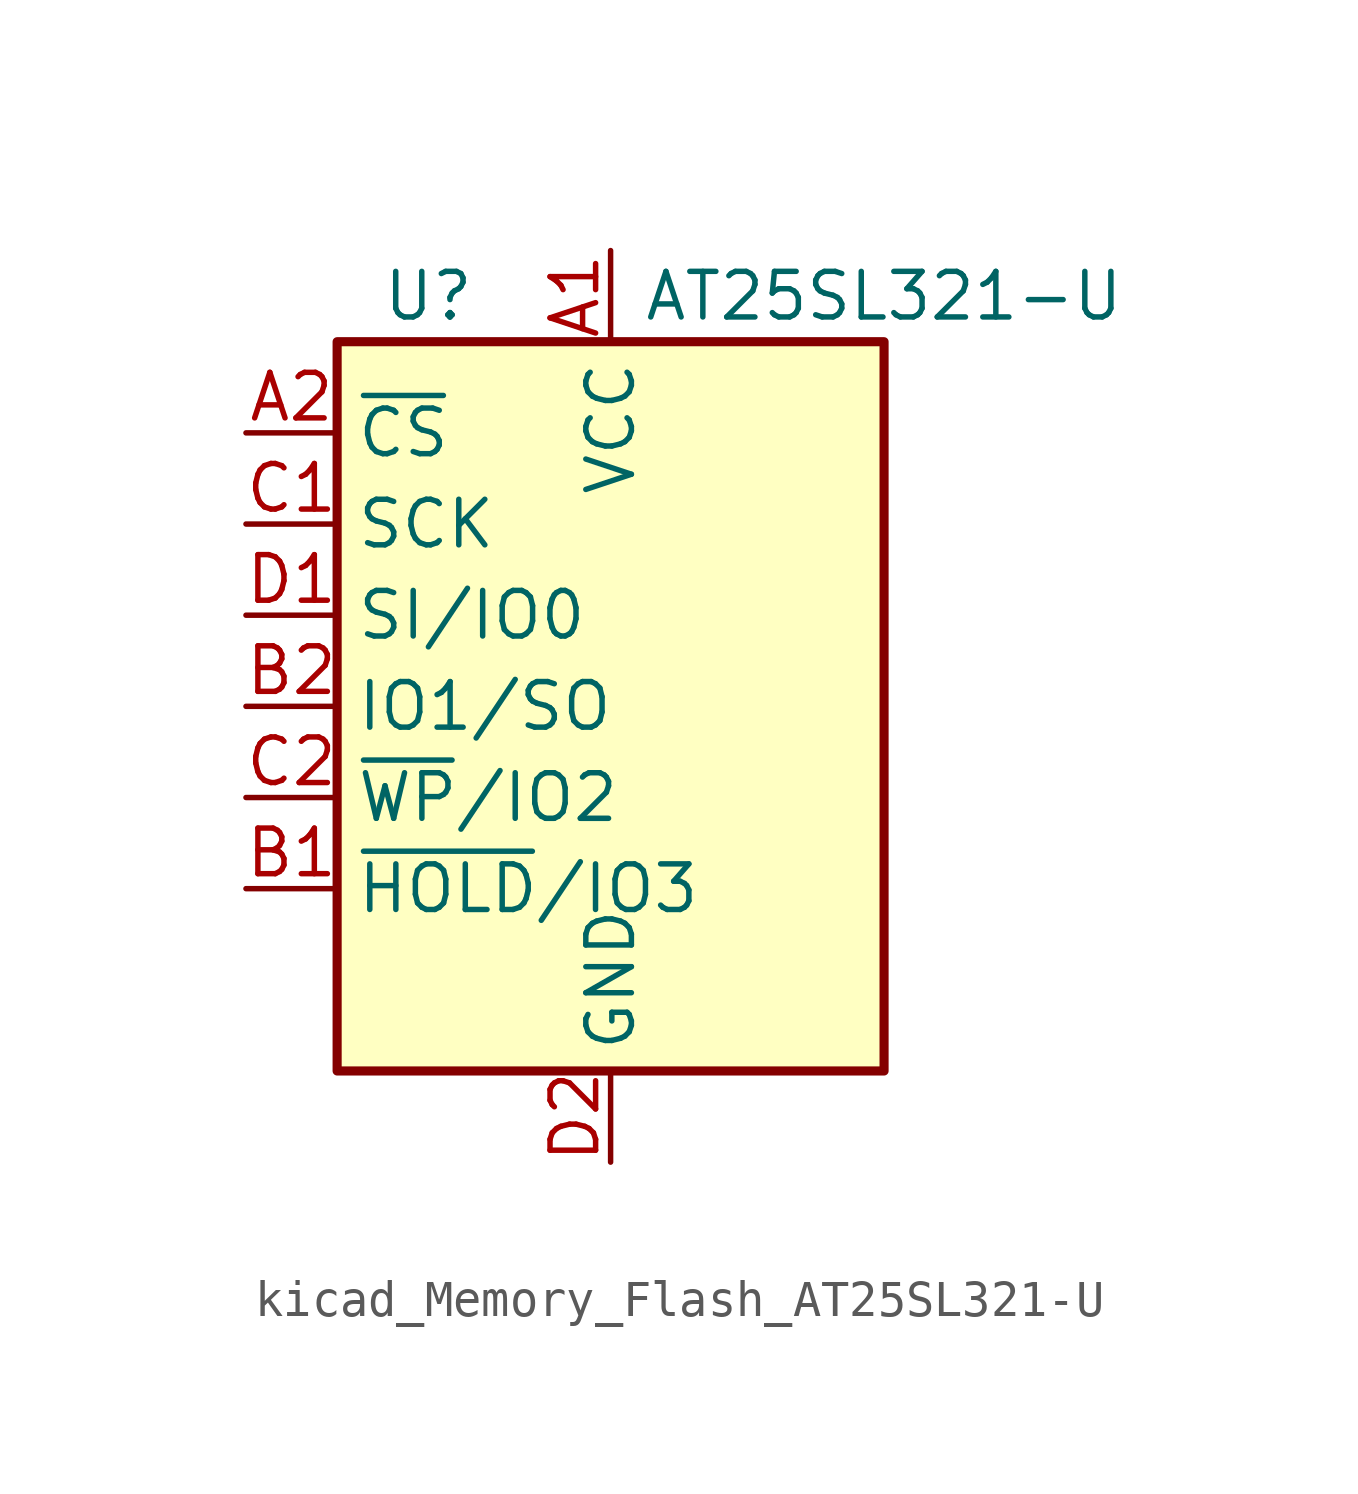
<source format=kicad_sym>
(kicad_symbol_lib
  (version 20220914)
  (generator kicad_symbol_editor)
  (symbol "kicad_Memory_Flash_AT25SL321-U"
    (property "Reference" "U"
      (at -5.08 11.43 0)
      (effects (font (size 1.27 1.27))))
    (property "Value" "AT25SL321-U"
      (at 7.62 11.43 0)
      (effects (font (size 1.27 1.27))))
    (symbol "kicad_Memory_Flash_AT25SL321-U_0_1"
      (rectangle (start -7.62 10.16) (end 7.62 -10.16) (stroke (width 0.254) (type default)) (fill (type background))))
    (symbol "kicad_Memory_Flash_AT25SL321-U_1_1"
      (pin power_in line (at 0 12.7 270) (length 2.54) (name "VCC" (effects (font (size 1.27 1.27)))) (number "A1" (effects (font (size 1.27 1.27)))))
      (pin input line (at -10.16 7.62 0) (length 2.54) (name "~{CS}" (effects (font (size 1.27 1.27)))) (number "A2" (effects (font (size 1.27 1.27)))))
      (pin bidirectional line (at -10.16 -5.08 0) (length 2.54) (name "~{HOLD}/IO3" (effects (font (size 1.27 1.27)))) (number "B1" (effects (font (size 1.27 1.27)))))
      (pin bidirectional line (at -10.16 0 0) (length 2.54) (name "IO1/SO" (effects (font (size 1.27 1.27)))) (number "B2" (effects (font (size 1.27 1.27)))))
      (pin input line (at -10.16 5.08 0) (length 2.54) (name "SCK" (effects (font (size 1.27 1.27)))) (number "C1" (effects (font (size 1.27 1.27)))))
      (pin bidirectional line (at -10.16 -2.54 0) (length 2.54) (name "~{WP}/IO2" (effects (font (size 1.27 1.27)))) (number "C2" (effects (font (size 1.27 1.27)))))
      (pin bidirectional line (at -10.16 2.54 0) (length 2.54) (name "SI/IO0" (effects (font (size 1.27 1.27)))) (number "D1" (effects (font (size 1.27 1.27)))))
      (pin power_in line (at 0 -12.7 90) (length 2.54) (name "GND" (effects (font (size 1.27 1.27)))) (number "D2" (effects (font (size 1.27 1.27))))))))
</source>
